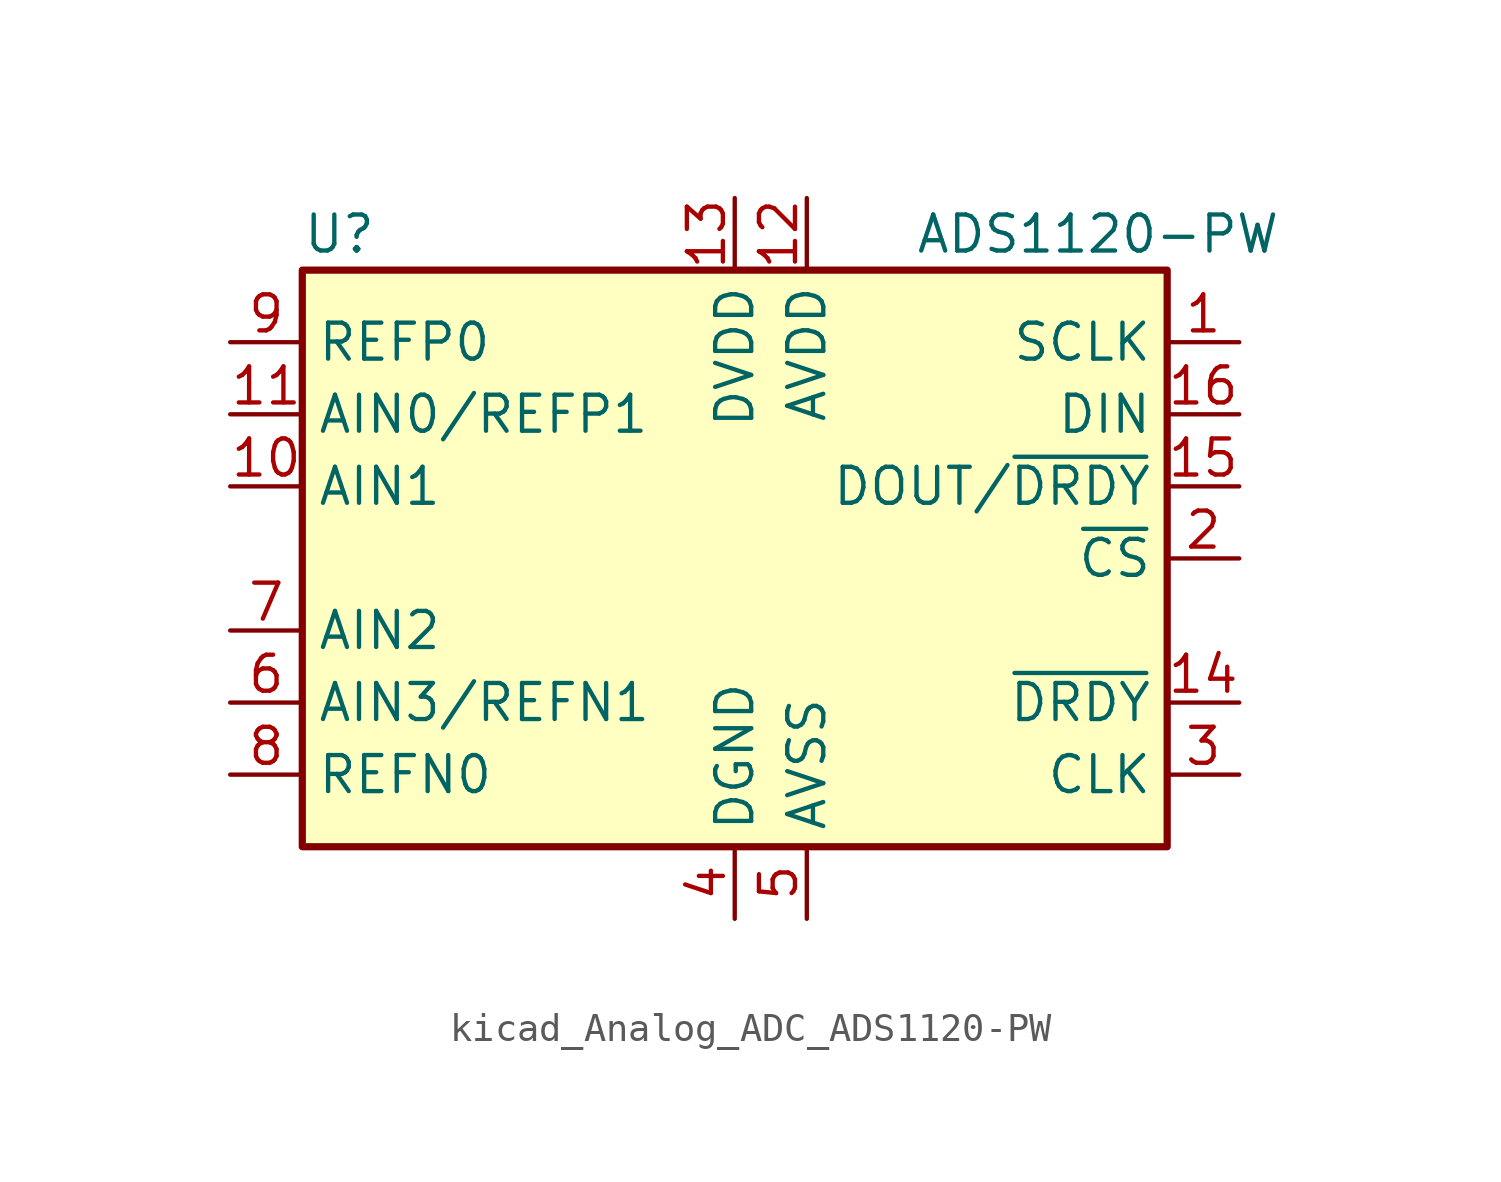
<source format=kicad_sym>
(kicad_symbol_lib
  (version 20220914)
  (generator kicad_symbol_editor)
  (symbol "kicad_Analog_ADC_ADS1120-PW"
    (property "Reference" "U"
      (at -15.24 11.43 0)
      (effects (font (size 1.27 1.27)) (justify left)))
    (property "Value" "ADS1120-PW"
      (at 6.35 11.43 0)
      (effects (font (size 1.27 1.27)) (justify left)))
    (symbol "kicad_Analog_ADC_ADS1120-PW_0_1"
      (rectangle (start -15.24 10.16) (end 15.24 -10.16) (stroke (width 0.254) (type default)) (fill (type background))))
    (symbol "kicad_Analog_ADC_ADS1120-PW_1_1"
      (pin input line (at 17.78 7.62 180) (length 2.54) (name "SCLK" (effects (font (size 1.27 1.27)))) (number "1" (effects (font (size 1.27 1.27)))))
      (pin input line (at -17.78 2.54 0) (length 2.54) (name "AIN1" (effects (font (size 1.27 1.27)))) (number "10" (effects (font (size 1.27 1.27)))))
      (pin input line (at -17.78 5.08 0) (length 2.54) (name "AIN0/REFP1" (effects (font (size 1.27 1.27)))) (number "11" (effects (font (size 1.27 1.27)))))
      (pin power_in line (at 2.54 12.7 270) (length 2.54) (name "AVDD" (effects (font (size 1.27 1.27)))) (number "12" (effects (font (size 1.27 1.27)))))
      (pin power_in line (at 0 12.7 270) (length 2.54) (name "DVDD" (effects (font (size 1.27 1.27)))) (number "13" (effects (font (size 1.27 1.27)))))
      (pin output line (at 17.78 -5.08 180) (length 2.54) (name "~{DRDY}" (effects (font (size 1.27 1.27)))) (number "14" (effects (font (size 1.27 1.27)))))
      (pin output line (at 17.78 2.54 180) (length 2.54) (name "DOUT/~{DRDY}" (effects (font (size 1.27 1.27)))) (number "15" (effects (font (size 1.27 1.27)))))
      (pin input line (at 17.78 5.08 180) (length 2.54) (name "DIN" (effects (font (size 1.27 1.27)))) (number "16" (effects (font (size 1.27 1.27)))))
      (pin input line (at 17.78 0 180) (length 2.54) (name "~{CS}" (effects (font (size 1.27 1.27)))) (number "2" (effects (font (size 1.27 1.27)))))
      (pin input line (at 17.78 -7.62 180) (length 2.54) (name "CLK" (effects (font (size 1.27 1.27)))) (number "3" (effects (font (size 1.27 1.27)))))
      (pin power_in line (at 0 -12.7 90) (length 2.54) (name "DGND" (effects (font (size 1.27 1.27)))) (number "4" (effects (font (size 1.27 1.27)))))
      (pin power_in line (at 2.54 -12.7 90) (length 2.54) (name "AVSS" (effects (font (size 1.27 1.27)))) (number "5" (effects (font (size 1.27 1.27)))))
      (pin input line (at -17.78 -5.08 0) (length 2.54) (name "AIN3/REFN1" (effects (font (size 1.27 1.27)))) (number "6" (effects (font (size 1.27 1.27)))))
      (pin input line (at -17.78 -2.54 0) (length 2.54) (name "AIN2" (effects (font (size 1.27 1.27)))) (number "7" (effects (font (size 1.27 1.27)))))
      (pin input line (at -17.78 -7.62 0) (length 2.54) (name "REFN0" (effects (font (size 1.27 1.27)))) (number "8" (effects (font (size 1.27 1.27)))))
      (pin input line (at -17.78 7.62 0) (length 2.54) (name "REFP0" (effects (font (size 1.27 1.27)))) (number "9" (effects (font (size 1.27 1.27))))))))
</source>
